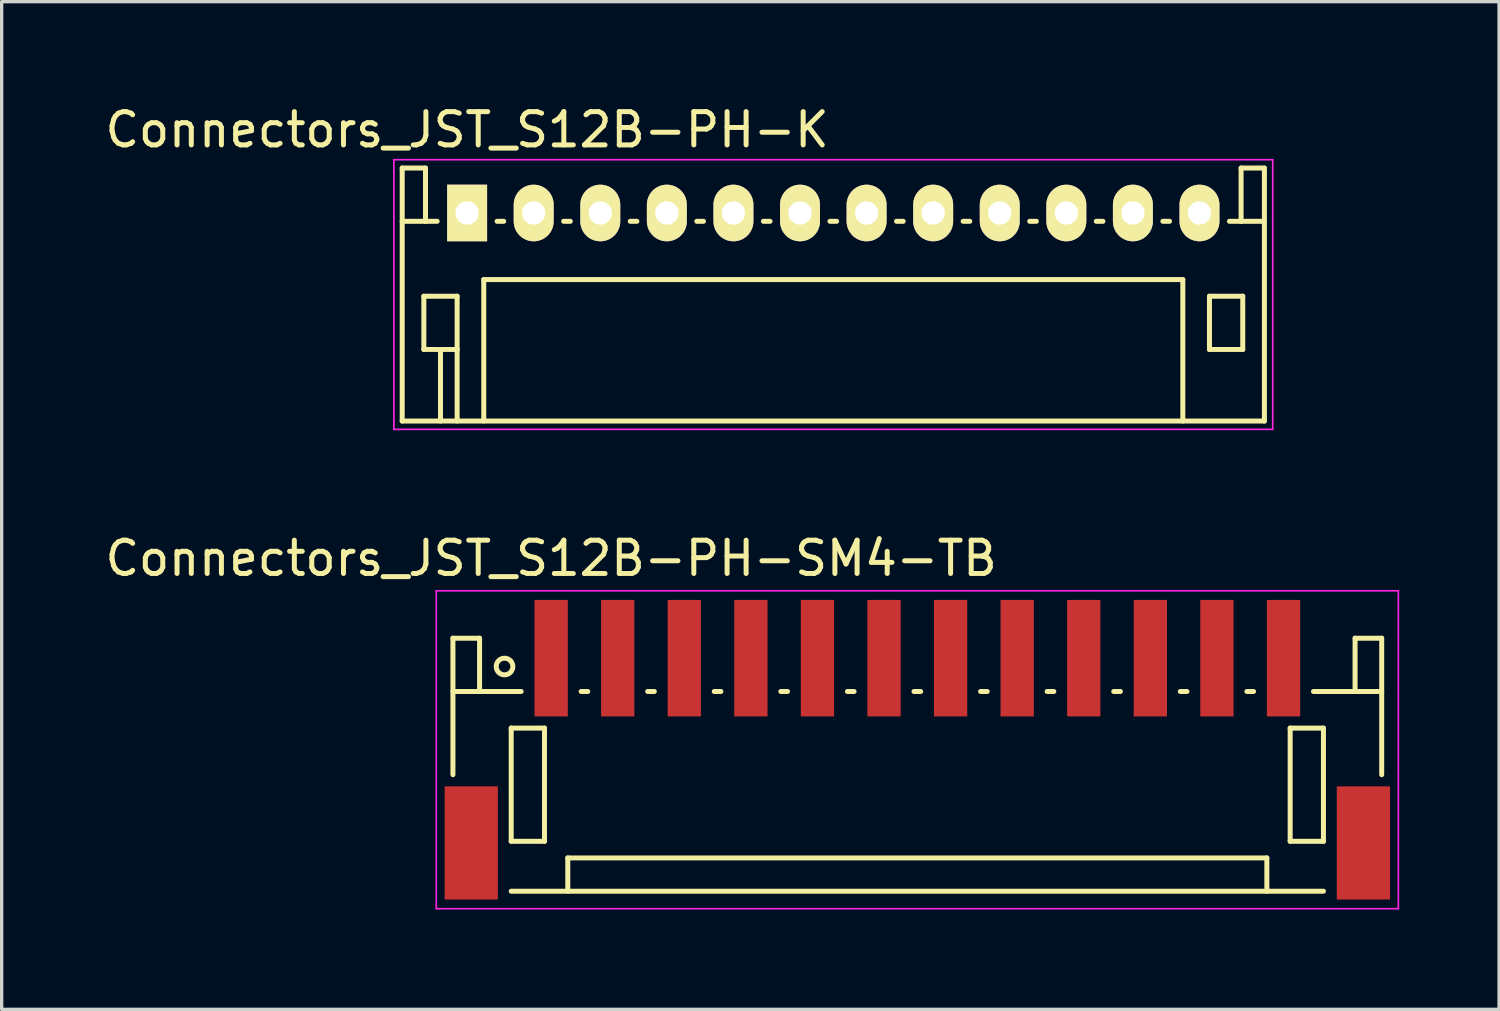
<source format=kicad_pcb>
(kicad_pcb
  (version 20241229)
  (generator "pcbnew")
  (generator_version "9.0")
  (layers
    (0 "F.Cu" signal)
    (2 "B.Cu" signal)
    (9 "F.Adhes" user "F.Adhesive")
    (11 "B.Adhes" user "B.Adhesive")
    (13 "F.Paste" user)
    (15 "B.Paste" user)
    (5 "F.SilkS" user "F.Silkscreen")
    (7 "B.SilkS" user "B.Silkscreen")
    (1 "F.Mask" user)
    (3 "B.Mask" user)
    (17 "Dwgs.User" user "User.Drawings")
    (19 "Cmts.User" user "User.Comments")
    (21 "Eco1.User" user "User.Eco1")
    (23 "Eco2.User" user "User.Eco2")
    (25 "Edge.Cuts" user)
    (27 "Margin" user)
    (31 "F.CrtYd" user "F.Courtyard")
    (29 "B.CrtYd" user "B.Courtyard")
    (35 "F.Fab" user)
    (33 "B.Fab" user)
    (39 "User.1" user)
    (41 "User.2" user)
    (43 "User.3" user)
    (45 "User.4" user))
  (footprint "Connectors_JST_S12B-PH-SM4-TB"
    (layer "F.Cu")
    (at 24.506 19.497)
    (property "Reference" "Connectors_JST_S12B-PH-SM4-TB" (at -11 -5.775 0) (layer "F.SilkS") (effects (font (size 1 1) (thickness 0.15))))
    (attr smd)
    (fp_line (start -13.95 -3.375) (end -13.95 0.725) (stroke (width 0.15) (type solid)) (layer "F.SilkS"))
    (fp_line (start -13.15 -3.375) (end -13.95 -3.375) (stroke (width 0.15) (type solid)) (layer "F.SilkS"))
    (fp_line (start -13.15 -1.775) (end -13.95 -1.775) (stroke (width 0.15) (type solid)) (layer "F.SilkS"))
    (fp_line (start -13.15 -1.775) (end -13.15 -3.375) (stroke (width 0.15) (type solid)) (layer "F.SilkS"))
    (fp_line (start -12.2 -0.675) (end -12.2 2.725) (stroke (width 0.15) (type solid)) (layer "F.SilkS"))
    (fp_line (start -12.2 2.725) (end -11.2 2.725) (stroke (width 0.15) (type solid)) (layer "F.SilkS"))
    (fp_line (start -12.2 4.225) (end 12.2 4.225) (stroke (width 0.15) (type solid)) (layer "F.SilkS"))
    (fp_line (start -11.9 -1.775) (end -13.15 -1.775) (stroke (width 0.15) (type solid)) (layer "F.SilkS"))
    (fp_line (start -11.2 -0.675) (end -12.2 -0.675) (stroke (width 0.15) (type solid)) (layer "F.SilkS"))
    (fp_line (start -11.2 2.725) (end -11.2 -0.675) (stroke (width 0.15) (type solid)) (layer "F.SilkS"))
    (fp_line (start -10.5 3.225) (end 10.5 3.225) (stroke (width 0.15) (type solid)) (layer "F.SilkS"))
    (fp_line (start -10.5 4.225) (end -10.5 3.225) (stroke (width 0.15) (type solid)) (layer "F.SilkS"))
    (fp_line (start -10.1 -1.775) (end -9.9 -1.775) (stroke (width 0.15) (type solid)) (layer "F.SilkS"))
    (fp_line (start -8.1 -1.775) (end -7.9 -1.775) (stroke (width 0.15) (type solid)) (layer "F.SilkS"))
    (fp_line (start -6.1 -1.775) (end -5.9 -1.775) (stroke (width 0.15) (type solid)) (layer "F.SilkS"))
    (fp_line (start -4.1 -1.775) (end -3.9 -1.775) (stroke (width 0.15) (type solid)) (layer "F.SilkS"))
    (fp_line (start -2.1 -1.775) (end -1.9 -1.775) (stroke (width 0.15) (type solid)) (layer "F.SilkS"))
    (fp_line (start -0.1 -1.775) (end 0.1 -1.775) (stroke (width 0.15) (type solid)) (layer "F.SilkS"))
    (fp_line (start 1.9 -1.775) (end 2.1 -1.775) (stroke (width 0.15) (type solid)) (layer "F.SilkS"))
    (fp_line (start 3.9 -1.775) (end 4.1 -1.775) (stroke (width 0.15) (type solid)) (layer "F.SilkS"))
    (fp_line (start 5.9 -1.775) (end 6.1 -1.775) (stroke (width 0.15) (type solid)) (layer "F.SilkS"))
    (fp_line (start 7.9 -1.775) (end 8.1 -1.775) (stroke (width 0.15) (type solid)) (layer "F.SilkS"))
    (fp_line (start 9.9 -1.775) (end 10.1 -1.775) (stroke (width 0.15) (type solid)) (layer "F.SilkS"))
    (fp_line (start 10.5 3.225) (end 10.5 4.225) (stroke (width 0.15) (type solid)) (layer "F.SilkS"))
    (fp_line (start 11.2 -0.675) (end 12.2 -0.675) (stroke (width 0.15) (type solid)) (layer "F.SilkS"))
    (fp_line (start 11.2 2.725) (end 11.2 -0.675) (stroke (width 0.15) (type solid)) (layer "F.SilkS"))
    (fp_line (start 11.9 -1.775) (end 13.15 -1.775) (stroke (width 0.15) (type solid)) (layer "F.SilkS"))
    (fp_line (start 12.2 -0.675) (end 12.2 2.725) (stroke (width 0.15) (type solid)) (layer "F.SilkS"))
    (fp_line (start 12.2 2.725) (end 11.2 2.725) (stroke (width 0.15) (type solid)) (layer "F.SilkS"))
    (fp_line (start 13.15 -3.375) (end 13.95 -3.375) (stroke (width 0.15) (type solid)) (layer "F.SilkS"))
    (fp_line (start 13.15 -1.775) (end 13.15 -3.375) (stroke (width 0.15) (type solid)) (layer "F.SilkS"))
    (fp_line (start 13.15 -1.775) (end 13.95 -1.775) (stroke (width 0.15) (type solid)) (layer "F.SilkS"))
    (fp_line (start 13.95 -3.375) (end 13.95 0.725) (stroke (width 0.15) (type solid)) (layer "F.SilkS"))
    (fp_circle (center -12.4 -2.525) (end -12.15 -2.525) (stroke (width 0.15) (type solid)) (fill no) (layer "F.SilkS"))
    (fp_line (start -14.45 -4.8) (end 14.45 -4.8) (stroke (width 0.05) (type solid)) (layer "F.CrtYd"))
    (fp_line (start -14.45 4.75) (end -14.45 -4.8) (stroke (width 0.05) (type solid)) (layer "F.CrtYd"))
    (fp_line (start 14.45 -4.8) (end 14.45 4.75) (stroke (width 0.05) (type solid)) (layer "F.CrtYd"))
    (fp_line (start 14.45 4.75) (end -14.45 4.75) (stroke (width 0.05) (type solid)) (layer "F.CrtYd"))
    (pad "" smd rect (at -13.4 2.775) (size 1.6 3.4) (layers "F.Cu" "F.Mask" "F.Paste"))
    (pad "" smd rect (at 13.4 2.775) (size 1.6 3.4) (layers "F.Cu" "F.Mask" "F.Paste"))
    (pad "1" smd rect (at -11 -2.775) (size 1 3.5) (layers "F.Cu" "F.Mask" "F.Paste"))
    (pad "2" smd rect (at -9 -2.775) (size 1 3.5) (layers "F.Cu" "F.Mask" "F.Paste"))
    (pad "3" smd rect (at -7 -2.775) (size 1 3.5) (layers "F.Cu" "F.Mask" "F.Paste"))
    (pad "4" smd rect (at -5 -2.775) (size 1 3.5) (layers "F.Cu" "F.Mask" "F.Paste"))
    (pad "5" smd rect (at -3 -2.775) (size 1 3.5) (layers "F.Cu" "F.Mask" "F.Paste"))
    (pad "6" smd rect (at -1 -2.775) (size 1 3.5) (layers "F.Cu" "F.Mask" "F.Paste"))
    (pad "7" smd rect (at 1 -2.775) (size 1 3.5) (layers "F.Cu" "F.Mask" "F.Paste"))
    (pad "8" smd rect (at 3 -2.775) (size 1 3.5) (layers "F.Cu" "F.Mask" "F.Paste"))
    (pad "9" smd rect (at 5 -2.775) (size 1 3.5) (layers "F.Cu" "F.Mask" "F.Paste"))
    (pad "10" smd rect (at 7 -2.775) (size 1 3.5) (layers "F.Cu" "F.Mask" "F.Paste"))
    (pad "11" smd rect (at 9 -2.775) (size 1 3.5) (layers "F.Cu" "F.Mask" "F.Paste"))
    (pad "12" smd rect (at 11 -2.775) (size 1 3.5) (layers "F.Cu" "F.Mask" "F.Paste")))
  (footprint "Connectors_JST_S12B-PH-K"
    (layer "F.Cu")
    (at 10.982 3.348)
    (property "Reference" "Connectors_JST_S12B-PH-K" (at 0 -2.5 0) (layer "F.SilkS") (effects (font (size 1 1) (thickness 0.15))))
    (attr through_hole)
    (fp_line (start -1.95 -1.35) (end -1.95 6.25) (stroke (width 0.15) (type solid)) (layer "F.SilkS"))
    (fp_line (start -1.95 0.25) (end -1.25 0.25) (stroke (width 0.15) (type solid)) (layer "F.SilkS"))
    (fp_line (start -1.95 6.25) (end 23.95 6.25) (stroke (width 0.15) (type solid)) (layer "F.SilkS"))
    (fp_line (start -1.3 2.5) (end -1.3 4.1) (stroke (width 0.15) (type solid)) (layer "F.SilkS"))
    (fp_line (start -1.3 4.1) (end -0.3 4.1) (stroke (width 0.15) (type solid)) (layer "F.SilkS"))
    (fp_line (start -1.25 -1.35) (end -1.95 -1.35) (stroke (width 0.15) (type solid)) (layer "F.SilkS"))
    (fp_line (start -1.25 0.25) (end -1.25 -1.35) (stroke (width 0.15) (type solid)) (layer "F.SilkS"))
    (fp_line (start -0.9 0.25) (end -1.25 0.25) (stroke (width 0.15) (type solid)) (layer "F.SilkS"))
    (fp_line (start -0.8 4.1) (end -0.8 6.25) (stroke (width 0.15) (type solid)) (layer "F.SilkS"))
    (fp_line (start -0.3 2.5) (end -1.3 2.5) (stroke (width 0.15) (type solid)) (layer "F.SilkS"))
    (fp_line (start -0.3 4.1) (end -0.3 2.5) (stroke (width 0.15) (type solid)) (layer "F.SilkS"))
    (fp_line (start -0.3 4.1) (end -0.3 6.25) (stroke (width 0.15) (type solid)) (layer "F.SilkS"))
    (fp_line (start 0.5 2) (end 21.5 2) (stroke (width 0.15) (type solid)) (layer "F.SilkS"))
    (fp_line (start 0.5 6.25) (end 0.5 2) (stroke (width 0.15) (type solid)) (layer "F.SilkS"))
    (fp_line (start 0.9 0.25) (end 1.1 0.25) (stroke (width 0.15) (type solid)) (layer "F.SilkS"))
    (fp_line (start 2.9 0.25) (end 3.1 0.25) (stroke (width 0.15) (type solid)) (layer "F.SilkS"))
    (fp_line (start 4.9 0.25) (end 5.1 0.25) (stroke (width 0.15) (type solid)) (layer "F.SilkS"))
    (fp_line (start 6.9 0.25) (end 7.1 0.25) (stroke (width 0.15) (type solid)) (layer "F.SilkS"))
    (fp_line (start 8.9 0.25) (end 9.1 0.25) (stroke (width 0.15) (type solid)) (layer "F.SilkS"))
    (fp_line (start 10.9 0.25) (end 11.1 0.25) (stroke (width 0.15) (type solid)) (layer "F.SilkS"))
    (fp_line (start 12.9 0.25) (end 13.1 0.25) (stroke (width 0.15) (type solid)) (layer "F.SilkS"))
    (fp_line (start 14.9 0.25) (end 15.1 0.25) (stroke (width 0.15) (type solid)) (layer "F.SilkS"))
    (fp_line (start 16.9 0.25) (end 17.1 0.25) (stroke (width 0.15) (type solid)) (layer "F.SilkS"))
    (fp_line (start 18.9 0.25) (end 19.1 0.25) (stroke (width 0.15) (type solid)) (layer "F.SilkS"))
    (fp_line (start 20.9 0.25) (end 21.1 0.25) (stroke (width 0.15) (type solid)) (layer "F.SilkS"))
    (fp_line (start 21.5 2) (end 21.5 6.25) (stroke (width 0.15) (type solid)) (layer "F.SilkS"))
    (fp_line (start 22.3 2.5) (end 23.3 2.5) (stroke (width 0.15) (type solid)) (layer "F.SilkS"))
    (fp_line (start 22.3 4.1) (end 22.3 2.5) (stroke (width 0.15) (type solid)) (layer "F.SilkS"))
    (fp_line (start 23.25 -1.35) (end 23.25 0.25) (stroke (width 0.15) (type solid)) (layer "F.SilkS"))
    (fp_line (start 23.25 0.25) (end 22.9 0.25) (stroke (width 0.15) (type solid)) (layer "F.SilkS"))
    (fp_line (start 23.3 2.5) (end 23.3 4.1) (stroke (width 0.15) (type solid)) (layer "F.SilkS"))
    (fp_line (start 23.3 4.1) (end 22.3 4.1) (stroke (width 0.15) (type solid)) (layer "F.SilkS"))
    (fp_line (start 23.95 -1.35) (end 23.25 -1.35) (stroke (width 0.15) (type solid)) (layer "F.SilkS"))
    (fp_line (start 23.95 0.25) (end 23.25 0.25) (stroke (width 0.15) (type solid)) (layer "F.SilkS"))
    (fp_line (start 23.95 6.25) (end 23.95 -1.35) (stroke (width 0.15) (type solid)) (layer "F.SilkS"))
    (fp_line (start -2.2 -1.6) (end 24.2 -1.6) (stroke (width 0.05) (type solid)) (layer "F.CrtYd"))
    (fp_line (start -2.2 6.5) (end -2.2 -1.6) (stroke (width 0.05) (type solid)) (layer "F.CrtYd"))
    (fp_line (start 24.2 -1.6) (end 24.2 6.5) (stroke (width 0.05) (type solid)) (layer "F.CrtYd"))
    (fp_line (start 24.2 6.5) (end -2.2 6.5) (stroke (width 0.05) (type solid)) (layer "F.CrtYd"))
    (pad "1" thru_hole rect (at 0 0) (size 1.2 1.7) (drill 0.7) (layers "*.Cu" "*.Mask" "F.SilkS"))
    (pad "2" thru_hole oval (at 2 0) (size 1.2 1.7) (drill 0.7) (layers "*.Cu" "*.Mask" "F.SilkS"))
    (pad "3" thru_hole oval (at 4 0) (size 1.2 1.7) (drill 0.7) (layers "*.Cu" "*.Mask" "F.SilkS"))
    (pad "4" thru_hole oval (at 6 0) (size 1.2 1.7) (drill 0.7) (layers "*.Cu" "*.Mask" "F.SilkS"))
    (pad "5" thru_hole oval (at 8 0) (size 1.2 1.7) (drill 0.7) (layers "*.Cu" "*.Mask" "F.SilkS"))
    (pad "6" thru_hole oval (at 10 0) (size 1.2 1.7) (drill 0.7) (layers "*.Cu" "*.Mask" "F.SilkS"))
    (pad "7" thru_hole oval (at 12 0) (size 1.2 1.7) (drill 0.7) (layers "*.Cu" "*.Mask" "F.SilkS"))
    (pad "8" thru_hole oval (at 14 0) (size 1.2 1.7) (drill 0.7) (layers "*.Cu" "*.Mask" "F.SilkS"))
    (pad "9" thru_hole oval (at 16 0) (size 1.2 1.7) (drill 0.7) (layers "*.Cu" "*.Mask" "F.SilkS"))
    (pad "10" thru_hole oval (at 18 0) (size 1.2 1.7) (drill 0.7) (layers "*.Cu" "*.Mask" "F.SilkS"))
    (pad "11" thru_hole oval (at 20 0) (size 1.2 1.7) (drill 0.7) (layers "*.Cu" "*.Mask" "F.SilkS"))
    (pad "12" thru_hole oval (at 22 0) (size 1.2 1.7) (drill 0.7) (layers "*.Cu" "*.Mask" "F.SilkS")))
  (gr_rect
    (start -3 -3)
    (end 41.981 27.271)
    (stroke (width 0.1) (type default))
    (fill no)
    (layer "Edge.Cuts")))
</source>
